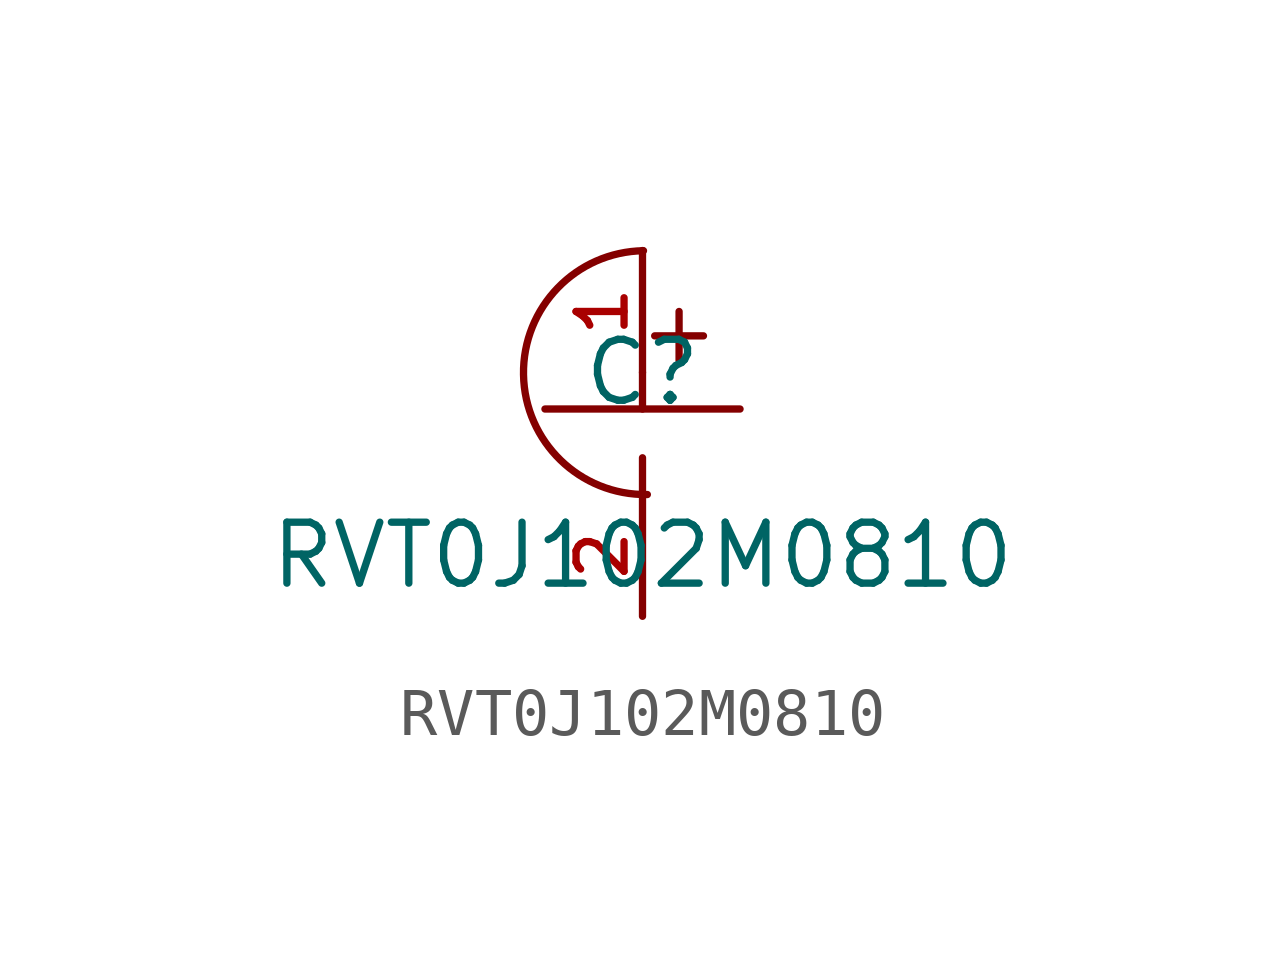
<source format=kicad_sym>
(kicad_symbol_lib
  (version 20210201)
  (generator TousstNicolas/JLC2KiCad_lib)
  (symbol "RVT0J102M0810"
    (pin_names hide)
    (property "Reference" "C"
      (at 0 1.27 0)
      (effects (font (size 1.27 1.27))))
    (property "Value" "RVT0J102M0810"
      (at 0 -2.54 0)
      (effects (font (size 1.27 1.27))))
    (symbol "RVT0J102M0810_0_1"
      (polyline (pts (xy 2.032 0.508) (xy -2.032 0.508)) (stroke (width 0) (type default) (color 0 0 0 0)) (fill (type none)))
      (pin input line (at 0.0 3.81 270) (length 2.54) (name "1" (effects (font (size 1 1)))) (number "1" (effects (font (size 1 1)))))
      (pin input line (at 0.0 -3.81 90) (length 2.54) (name "2" (effects (font (size 1 1)))) (number "2" (effects (font (size 1 1)))))
      (polyline (pts (xy 0.0 1.27) (xy 0.0 0.508)) (stroke (width 0) (type default) (color 0 0 0 0)) (fill (type none)))
      (polyline (pts (xy 0.0 -0.508) (xy 0.0 -1.27)) (stroke (width 0) (type default) (color 0 0 0 0)) (fill (type none)))
      (arc (start 0.10111338025900629 -1.2734951496581821) (mid -2.4787275601230028 1.2260392740463029) (end 0.02080686358148196 3.8058802144283117) (stroke (width 0) (type default) (color 0 0 0 0)) (fill (type none)))
      (polyline (pts (xy 0.762 2.54) (xy 0.762 1.524)) (stroke (width 0) (type default) (color 0 0 0 0)) (fill (type none)))
      (polyline (pts (xy 1.27 2.032) (xy 0.254 2.032)) (stroke (width 0) (type default) (color 0 0 0 0)) (fill (type none))))))
</source>
